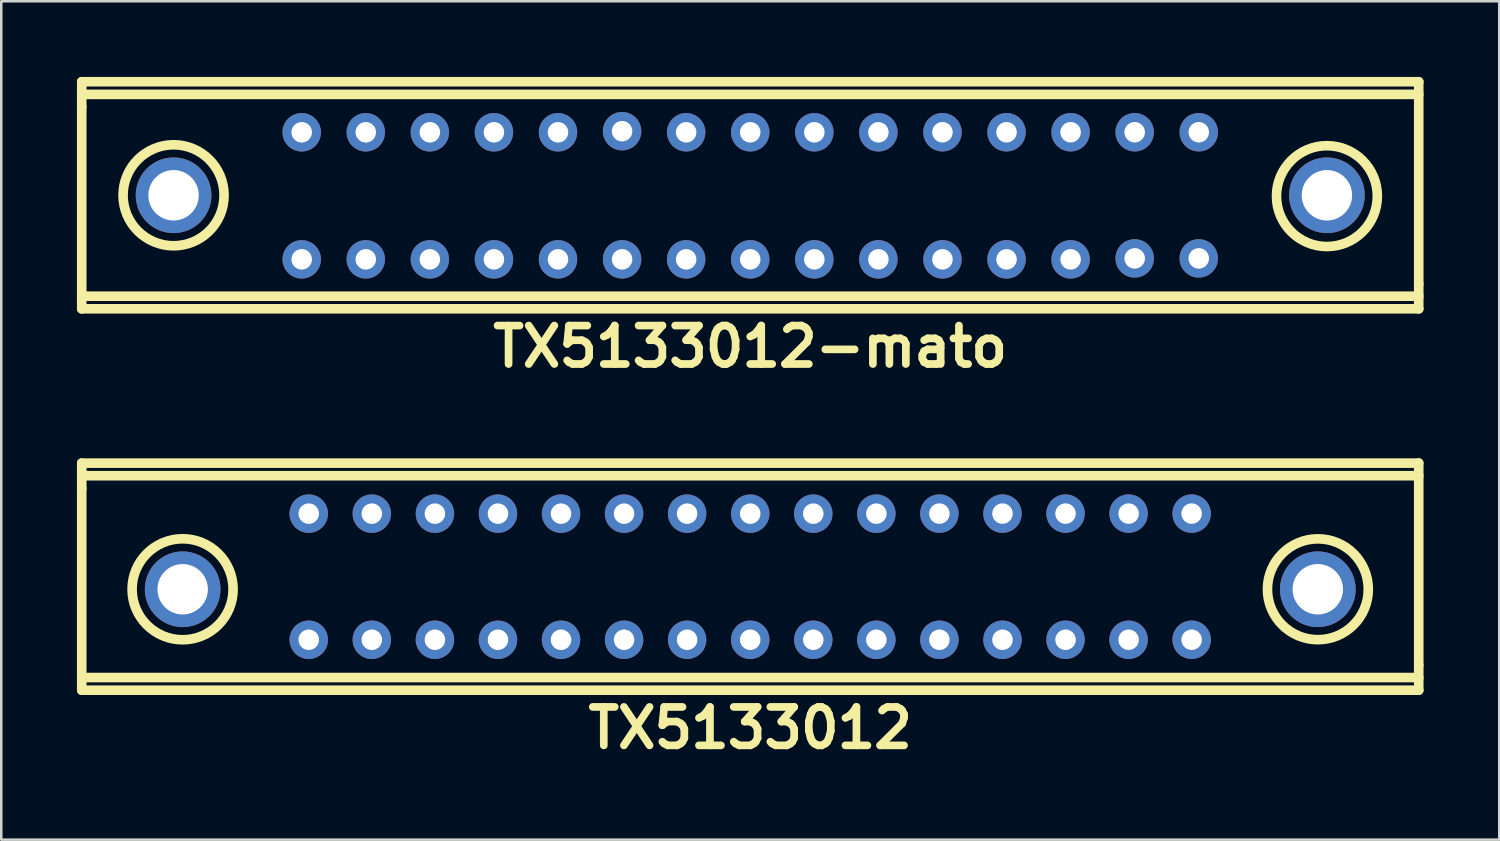
<source format=kicad_pcb>
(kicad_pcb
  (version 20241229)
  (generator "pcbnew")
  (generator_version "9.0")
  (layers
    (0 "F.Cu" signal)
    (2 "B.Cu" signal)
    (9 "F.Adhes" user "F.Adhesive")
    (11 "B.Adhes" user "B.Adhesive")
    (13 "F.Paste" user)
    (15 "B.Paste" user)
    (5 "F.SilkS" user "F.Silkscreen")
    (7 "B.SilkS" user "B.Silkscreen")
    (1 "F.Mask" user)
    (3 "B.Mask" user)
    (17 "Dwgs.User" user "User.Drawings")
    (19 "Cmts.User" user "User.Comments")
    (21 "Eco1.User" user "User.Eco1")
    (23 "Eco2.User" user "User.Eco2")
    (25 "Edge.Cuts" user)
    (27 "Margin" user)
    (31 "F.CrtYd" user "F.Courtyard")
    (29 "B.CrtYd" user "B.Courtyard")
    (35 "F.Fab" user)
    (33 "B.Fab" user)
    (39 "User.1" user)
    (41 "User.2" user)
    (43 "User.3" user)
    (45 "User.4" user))
  (footprint "TX5133012"
    (layer "F.Cu")
    (at 26.69 19.809)
    (property "Reference" "TX5133012" (at 0 5.999 0) (layer "F.SilkS") (effects (font (size 1.524 1.524) (thickness 0.305))))
    (attr through_hole)
    (fp_line (start -26.5 -4.501) (end 26.5 -4.501) (stroke (width 0.381) (type solid)) (layer "F.SilkS"))
    (fp_line (start -26.5 -4) (end 26.5 -4) (stroke (width 0.381) (type solid)) (layer "F.SilkS"))
    (fp_line (start -26.5 -3.5) (end -26.5 -4.501) (stroke (width 0.381) (type solid)) (layer "F.SilkS"))
    (fp_line (start -26.5 4) (end 26.5 4) (stroke (width 0.381) (type solid)) (layer "F.SilkS"))
    (fp_line (start -26.5 4.501) (end -26.5 -3.5) (stroke (width 0.381) (type solid)) (layer "F.SilkS"))
    (fp_line (start 26.5 -4.501) (end 26.5 3.5) (stroke (width 0.381) (type solid)) (layer "F.SilkS"))
    (fp_line (start 26.5 3.5) (end 26.5 4.501) (stroke (width 0.381) (type solid)) (layer "F.SilkS"))
    (fp_line (start 26.5 4.501) (end -26.5 4.501) (stroke (width 0.381) (type solid)) (layer "F.SilkS"))
    (fp_circle (center -22.502 0.5) (end -20.5 0.5) (stroke (width 0.381) (type solid)) (fill no) (layer "F.SilkS"))
    (fp_circle (center 22.502 0.5) (end 24.501 0.5) (stroke (width 0.381) (type solid)) (fill no) (layer "F.SilkS"))
    (pad "" thru_hole circle (at -22.499 0.5) (size 3 3) (drill 1.999) (layers "*.Cu" "*.Mask"))
    (pad "" thru_hole circle (at 22.499 0.5) (size 3 3) (drill 1.999) (layers "*.Cu" "*.Mask"))
    (pad "1" thru_hole circle (at -17.501 2.502) (size 1.524 1.524) (drill 0.813) (layers "*.Cu" "*.Mask"))
    (pad "2" thru_hole circle (at -17.501 -2.497) (size 1.524 1.524) (drill 0.813) (layers "*.Cu" "*.Mask"))
    (pad "3" thru_hole circle (at -15.001 2.502) (size 1.524 1.524) (drill 0.813) (layers "*.Cu" "*.Mask"))
    (pad "4" thru_hole circle (at -15.001 -2.497) (size 1.524 1.524) (drill 0.813) (layers "*.Cu" "*.Mask"))
    (pad "5" thru_hole circle (at -12.499 2.502) (size 1.524 1.524) (drill 0.813) (layers "*.Cu" "*.Mask"))
    (pad "6" thru_hole circle (at -12.499 -2.497) (size 1.524 1.524) (drill 0.813) (layers "*.Cu" "*.Mask"))
    (pad "7" thru_hole circle (at -10 2.502) (size 1.524 1.524) (drill 0.813) (layers "*.Cu" "*.Mask"))
    (pad "8" thru_hole circle (at -10 -2.497) (size 1.524 1.524) (drill 0.813) (layers "*.Cu" "*.Mask"))
    (pad "9" thru_hole circle (at -7.501 2.502) (size 1.524 1.524) (drill 0.813) (layers "*.Cu" "*.Mask"))
    (pad "10" thru_hole circle (at -7.501 -2.497) (size 1.524 1.524) (drill 0.813) (layers "*.Cu" "*.Mask"))
    (pad "11" thru_hole circle (at -5.001 2.502) (size 1.524 1.524) (drill 0.813) (layers "*.Cu" "*.Mask"))
    (pad "12" thru_hole circle (at -5.001 -2.497) (size 1.524 1.524) (drill 0.813) (layers "*.Cu" "*.Mask"))
    (pad "13" thru_hole circle (at -2.502 2.502) (size 1.524 1.524) (drill 0.813) (layers "*.Cu" "*.Mask"))
    (pad "14" thru_hole circle (at -2.502 -2.497) (size 1.524 1.524) (drill 0.813) (layers "*.Cu" "*.Mask"))
    (pad "15" thru_hole circle (at 0 2.502) (size 1.524 1.524) (drill 0.813) (layers "*.Cu" "*.Mask"))
    (pad "16" thru_hole circle (at 0 -2.497) (size 1.524 1.524) (drill 0.813) (layers "*.Cu" "*.Mask"))
    (pad "17" thru_hole circle (at 2.499 2.502) (size 1.524 1.524) (drill 0.813) (layers "*.Cu" "*.Mask"))
    (pad "18" thru_hole circle (at 2.499 -2.497) (size 1.524 1.524) (drill 0.813) (layers "*.Cu" "*.Mask"))
    (pad "19" thru_hole circle (at 4.999 2.502) (size 1.524 1.524) (drill 0.813) (layers "*.Cu" "*.Mask"))
    (pad "20" thru_hole circle (at 4.999 -2.497) (size 1.524 1.524) (drill 0.813) (layers "*.Cu" "*.Mask"))
    (pad "21" thru_hole circle (at 7.498 2.502) (size 1.524 1.524) (drill 0.813) (layers "*.Cu" "*.Mask"))
    (pad "22" thru_hole circle (at 7.498 -2.499) (size 1.524 1.524) (drill 0.813) (layers "*.Cu" "*.Mask"))
    (pad "23" thru_hole circle (at 10 2.502) (size 1.524 1.524) (drill 0.813) (layers "*.Cu" "*.Mask"))
    (pad "24" thru_hole circle (at 10 -2.499) (size 1.524 1.524) (drill 0.813) (layers "*.Cu" "*.Mask"))
    (pad "25" thru_hole circle (at 12.499 2.502) (size 1.524 1.524) (drill 0.813) (layers "*.Cu" "*.Mask"))
    (pad "26" thru_hole circle (at 12.499 -2.499) (size 1.524 1.524) (drill 0.813) (layers "*.Cu" "*.Mask"))
    (pad "27" thru_hole circle (at 14.999 2.502) (size 1.524 1.524) (drill 0.813) (layers "*.Cu" "*.Mask"))
    (pad "28" thru_hole circle (at 14.999 -2.499) (size 1.524 1.524) (drill 0.813) (layers "*.Cu" "*.Mask"))
    (pad "29" thru_hole circle (at 17.498 2.502) (size 1.524 1.524) (drill 0.813) (layers "*.Cu" "*.Mask"))
    (pad "30" thru_hole circle (at 17.498 -2.499) (size 1.524 1.524) (drill 0.813) (layers "*.Cu" "*.Mask")))
  (footprint "TX5133012-mato"
    (layer "F.Cu")
    (at 26.69 4.691)
    (property "Reference" "TX5133012-mato" (at 0 5.999 0) (layer "F.SilkS") (effects (font (size 1.524 1.524) (thickness 0.305))))
    (attr through_hole)
    (fp_line (start -26.5 -4.501) (end 26.5 -4.501) (stroke (width 0.381) (type solid)) (layer "F.SilkS"))
    (fp_line (start -26.5 -4) (end 26.5 -4) (stroke (width 0.381) (type solid)) (layer "F.SilkS"))
    (fp_line (start -26.5 -3.5) (end -26.5 -4.501) (stroke (width 0.381) (type solid)) (layer "F.SilkS"))
    (fp_line (start -26.5 4) (end 26.5 4) (stroke (width 0.381) (type solid)) (layer "F.SilkS"))
    (fp_line (start -26.5 4.501) (end -26.5 -3.5) (stroke (width 0.381) (type solid)) (layer "F.SilkS"))
    (fp_line (start 26.5 -4.501) (end 26.5 3.5) (stroke (width 0.381) (type solid)) (layer "F.SilkS"))
    (fp_line (start 26.5 3.5) (end 26.5 4.501) (stroke (width 0.381) (type solid)) (layer "F.SilkS"))
    (fp_line (start 26.5 4.501) (end -26.5 4.501) (stroke (width 0.381) (type solid)) (layer "F.SilkS"))
    (fp_circle (center -22.86 0) (end -20.858 0) (stroke (width 0.381) (type solid)) (fill no) (layer "F.SilkS"))
    (fp_circle (center 22.86 0.033) (end 24.859 0.033) (stroke (width 0.381) (type solid)) (fill no) (layer "F.SilkS"))
    (pad "" thru_hole circle (at -22.86 0) (size 3 3) (drill 1.999) (layers "*.Cu" "*.Mask"))
    (pad "" thru_hole circle (at 22.86 0) (size 3 3) (drill 1.999) (layers "*.Cu" "*.Mask"))
    (pad "1" thru_hole circle (at -17.78 -2.497) (size 1.524 1.524) (drill 0.813) (layers "*.Cu" "*.Mask"))
    (pad "2" thru_hole circle (at -17.78 2.54) (size 1.524 1.524) (drill 0.813) (layers "*.Cu" "*.Mask"))
    (pad "3" thru_hole circle (at -15.24 -2.497) (size 1.524 1.524) (drill 0.813) (layers "*.Cu" "*.Mask"))
    (pad "4" thru_hole circle (at -15.24 2.54) (size 1.524 1.524) (drill 0.813) (layers "*.Cu" "*.Mask"))
    (pad "5" thru_hole circle (at -12.7 -2.497) (size 1.524 1.524) (drill 0.813) (layers "*.Cu" "*.Mask"))
    (pad "6" thru_hole circle (at -12.7 2.54) (size 1.524 1.524) (drill 0.813) (layers "*.Cu" "*.Mask"))
    (pad "7" thru_hole circle (at -10.16 -2.497) (size 1.524 1.524) (drill 0.813) (layers "*.Cu" "*.Mask"))
    (pad "8" thru_hole circle (at -10.16 2.54) (size 1.524 1.524) (drill 0.813) (layers "*.Cu" "*.Mask"))
    (pad "9" thru_hole circle (at -7.62 -2.497) (size 1.524 1.524) (drill 0.813) (layers "*.Cu" "*.Mask"))
    (pad "10" thru_hole circle (at -7.62 2.54) (size 1.524 1.524) (drill 0.813) (layers "*.Cu" "*.Mask"))
    (pad "11" thru_hole circle (at -5.08 -2.54) (size 1.524 1.524) (drill 0.813) (layers "*.Cu" "*.Mask"))
    (pad "12" thru_hole circle (at -5.08 2.54) (size 1.524 1.524) (drill 0.813) (layers "*.Cu" "*.Mask"))
    (pad "13" thru_hole circle (at -2.54 -2.497) (size 1.524 1.524) (drill 0.813) (layers "*.Cu" "*.Mask"))
    (pad "14" thru_hole circle (at -2.54 2.54) (size 1.524 1.524) (drill 0.813) (layers "*.Cu" "*.Mask"))
    (pad "15" thru_hole circle (at 0 -2.497) (size 1.524 1.524) (drill 0.813) (layers "*.Cu" "*.Mask"))
    (pad "16" thru_hole circle (at 0 2.54) (size 1.524 1.524) (drill 0.813) (layers "*.Cu" "*.Mask"))
    (pad "17" thru_hole circle (at 2.54 -2.497) (size 1.524 1.524) (drill 0.813) (layers "*.Cu" "*.Mask"))
    (pad "18" thru_hole circle (at 2.54 2.54) (size 1.524 1.524) (drill 0.813) (layers "*.Cu" "*.Mask"))
    (pad "19" thru_hole circle (at 5.08 -2.497) (size 1.524 1.524) (drill 0.813) (layers "*.Cu" "*.Mask"))
    (pad "20" thru_hole circle (at 5.08 2.54) (size 1.524 1.524) (drill 0.813) (layers "*.Cu" "*.Mask"))
    (pad "21" thru_hole circle (at 7.62 -2.499) (size 1.524 1.524) (drill 0.813) (layers "*.Cu" "*.Mask"))
    (pad "22" thru_hole circle (at 7.62 2.54) (size 1.524 1.524) (drill 0.813) (layers "*.Cu" "*.Mask"))
    (pad "23" thru_hole circle (at 10.16 -2.499) (size 1.524 1.524) (drill 0.813) (layers "*.Cu" "*.Mask"))
    (pad "24" thru_hole circle (at 10.16 2.54) (size 1.524 1.524) (drill 0.813) (layers "*.Cu" "*.Mask"))
    (pad "25" thru_hole circle (at 12.7 -2.499) (size 1.524 1.524) (drill 0.813) (layers "*.Cu" "*.Mask"))
    (pad "26" thru_hole circle (at 12.7 2.54) (size 1.524 1.524) (drill 0.813) (layers "*.Cu" "*.Mask"))
    (pad "27" thru_hole circle (at 15.24 -2.499) (size 1.524 1.524) (drill 0.813) (layers "*.Cu" "*.Mask"))
    (pad "28" thru_hole circle (at 15.24 2.502) (size 1.524 1.524) (drill 0.813) (layers "*.Cu" "*.Mask"))
    (pad "29" thru_hole circle (at 17.78 -2.499) (size 1.524 1.524) (drill 0.813) (layers "*.Cu" "*.Mask"))
    (pad "30" thru_hole circle (at 17.78 2.502) (size 1.524 1.524) (drill 0.813) (layers "*.Cu" "*.Mask")))
  (gr_rect
    (start -3 -3)
    (end 56.381 30.235)
    (stroke (width 0.1) (type default))
    (fill no)
    (layer "Edge.Cuts")))
</source>
